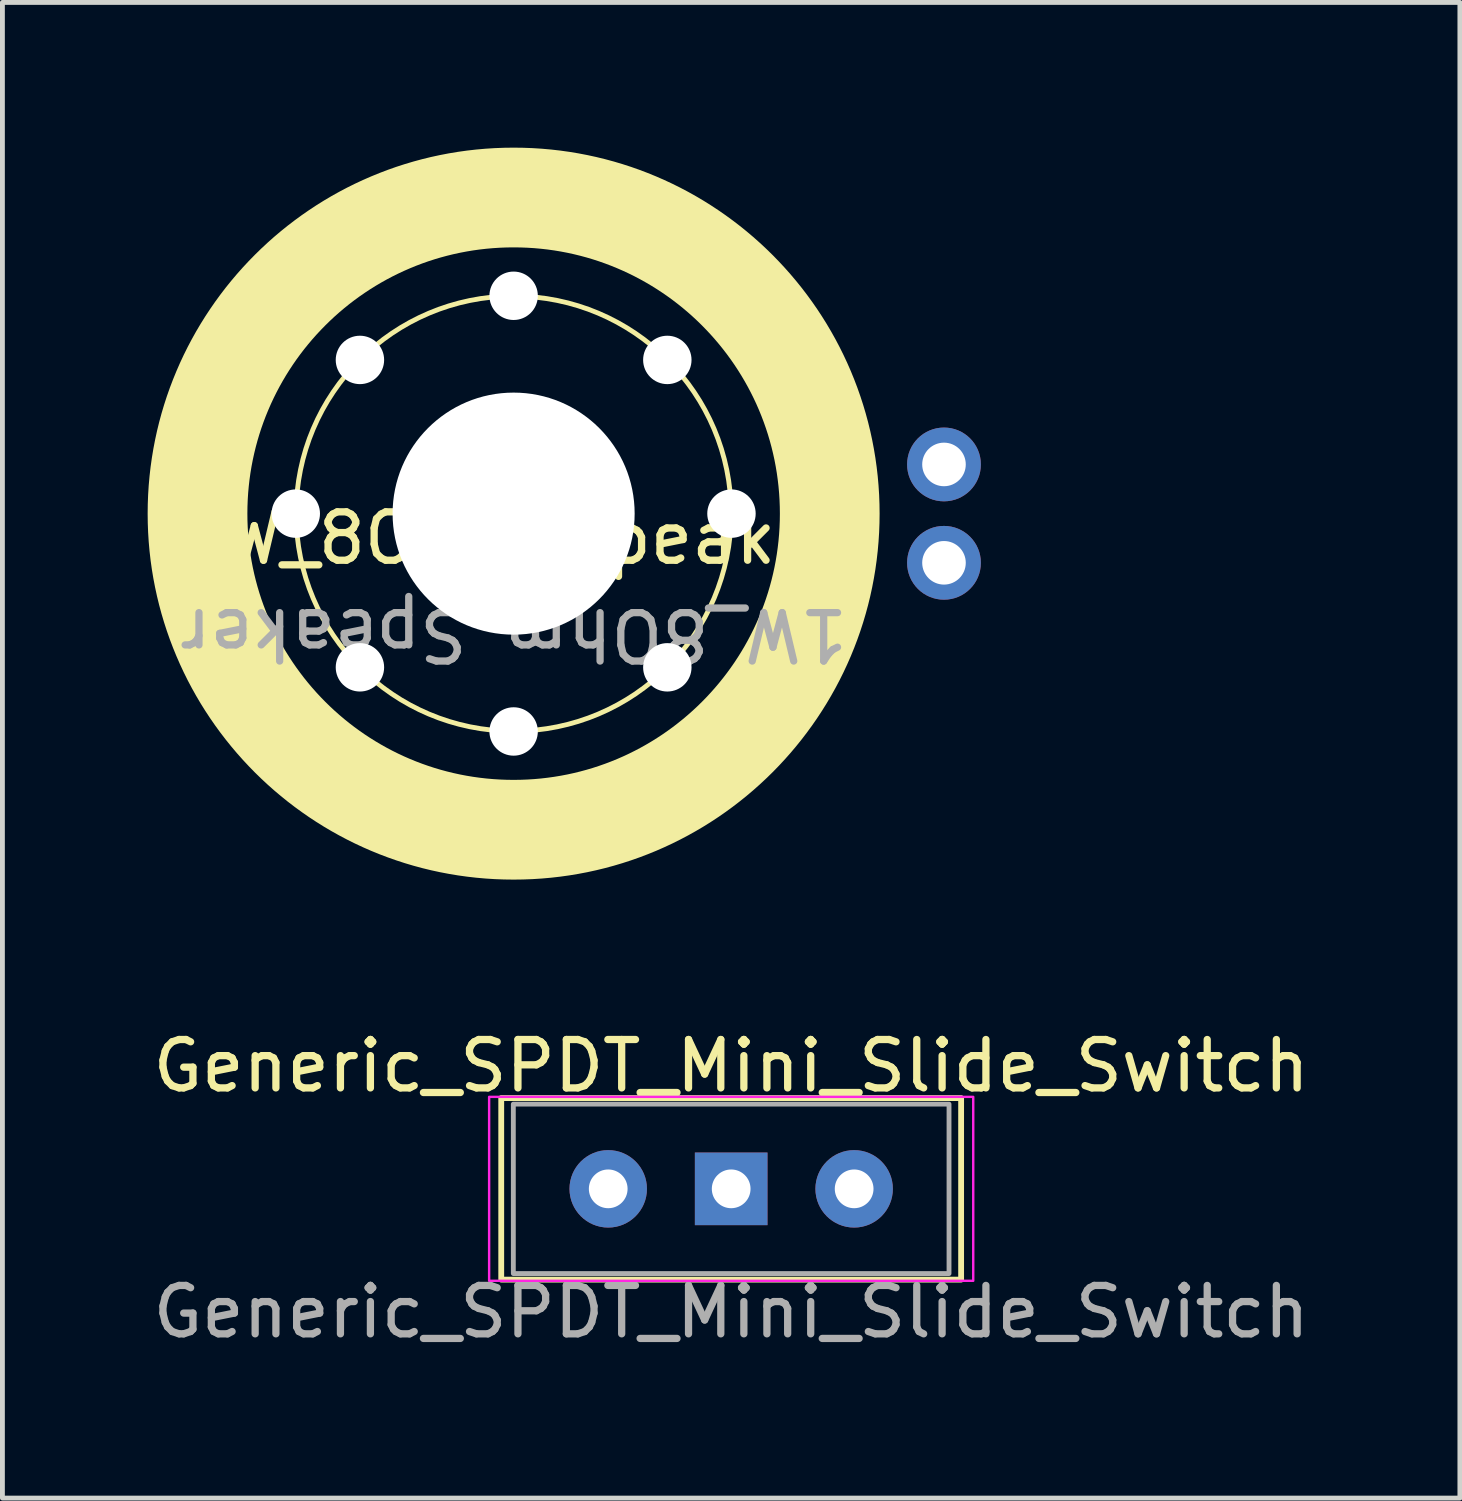
<source format=kicad_pcb>
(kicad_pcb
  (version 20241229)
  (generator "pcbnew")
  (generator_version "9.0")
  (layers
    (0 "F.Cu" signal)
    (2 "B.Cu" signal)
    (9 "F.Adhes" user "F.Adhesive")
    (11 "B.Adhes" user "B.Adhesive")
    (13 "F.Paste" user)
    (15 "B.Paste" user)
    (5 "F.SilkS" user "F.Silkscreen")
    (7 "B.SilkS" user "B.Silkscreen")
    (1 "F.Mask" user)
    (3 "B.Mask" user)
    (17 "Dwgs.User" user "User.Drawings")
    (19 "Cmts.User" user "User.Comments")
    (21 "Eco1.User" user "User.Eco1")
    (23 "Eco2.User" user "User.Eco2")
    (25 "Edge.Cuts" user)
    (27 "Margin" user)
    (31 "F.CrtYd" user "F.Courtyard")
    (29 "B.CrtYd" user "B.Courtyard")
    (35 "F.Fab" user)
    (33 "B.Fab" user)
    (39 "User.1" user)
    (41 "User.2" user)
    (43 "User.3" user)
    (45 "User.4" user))
  (footprint "1W_8Ohm_Speaker"
    (layer "F.Cu")
    (at 7.56 7.56)
    (property "Reference" "1W_8Ohm_Speaker" (at 0 0.508 0) (unlocked yes) (layer "F.SilkS") (effects (font (size 1 1) (thickness 0.15))))
    (attr through_hole)
    (fp_circle (center 0 0) (end -6.5 0) (stroke (width 2) (type solid)) (fill no) (layer "F.SilkS"))
    (fp_circle (center 0 0) (end 3.048 3.302) (stroke (width 0.1) (type default)) (fill no) (layer "F.SilkS"))
    (fp_circle (center 0 0) (end 7.5 0) (stroke (width 0.12) (type solid)) (fill no) (layer "F.SilkS"))
    (fp_text user "${REFERENCE}" (at 0 2.5 180) (unlocked yes) (layer "F.Fab") (effects (font (size 1 1) (thickness 0.15))))
    (pad "" np_thru_hole circle (at -4.5 0) (size 1 1) (drill 1) (layers "*.Cu" "*.Mask"))
    (pad "" np_thru_hole circle (at -3.175 -3.175) (size 1 1) (drill 1) (layers "*.Cu" "*.Mask"))
    (pad "" np_thru_hole circle (at -3.175 3.175 90) (size 1 1) (drill 1) (layers "*.Cu" "*.Mask"))
    (pad "" np_thru_hole circle (at 0 -4.5) (size 1 1) (drill 1) (layers "*.Cu" "*.Mask"))
    (pad "" np_thru_hole circle (at 0 0) (size 5 5) (drill 5) (layers "*.Cu" "*.Mask"))
    (pad "" np_thru_hole circle (at 0 4.5) (size 1 1) (drill 1) (layers "*.Cu" "*.Mask"))
    (pad "" np_thru_hole circle (at 3.175 -3.175) (size 1 1) (drill 1) (layers "*.Cu" "*.Mask"))
    (pad "" np_thru_hole circle (at 3.175 3.175 90) (size 1 1) (drill 1) (layers "*.Cu" "*.Mask"))
    (pad "" np_thru_hole circle (at 4.5 0) (size 1 1) (drill 1) (layers "*.Cu" "*.Mask"))
    (pad "1" thru_hole circle (at 8.89 -1.016 90) (size 1.524 1.524) (drill 0.9) (layers "*.Cu" "*.Mask"))
    (pad "2" thru_hole circle (at 8.89 1.016) (size 1.524 1.524) (drill 0.9) (layers "*.Cu" "*.Mask")))
  (footprint "Generic_SPDT_Mini_Slide_Switch"
    (layer "F.Cu")
    (at 12.054 21.508)
    (property "Reference" "Generic_SPDT_Mini_Slide_Switch" (at 0 -2.54 0) (layer "F.SilkS") (effects (font (size 1 1) (thickness 0.15))))
    (attr through_hole)
    (fp_rect (start -4.75 -1.875) (end 4.75 1.875) (stroke (width 0.12) (type default)) (fill no) (layer "F.SilkS"))
    (fp_rect (start -5 -1.9) (end 5 1.9) (stroke (width 0.05) (type default)) (fill no) (layer "F.CrtYd"))
    (fp_rect (start -4.5 -1.75) (end 4.5 1.75) (stroke (width 0.1) (type default)) (fill no) (layer "F.Fab"))
    (fp_text user "${REFERENCE}" (at 0 2.54 0) (layer "F.Fab") (effects (font (size 1 1) (thickness 0.15))))
    (pad "1" thru_hole rect (at 0 0) (size 1.5 1.5) (drill 0.8) (layers "*.Cu" "*.Mask"))
    (pad "2" thru_hole circle (at -2.54 0) (size 1.6 1.6) (drill 0.8) (layers "*.Cu" "*.Mask"))
    (pad "3" thru_hole circle (at 2.54 0) (size 1.6 1.6) (drill 0.8) (layers "*.Cu" "*.Mask")))
  (gr_rect
    (start -3 -3)
    (end 27.107 27.896)
    (stroke (width 0.1) (type default))
    (fill no)
    (layer "Edge.Cuts")))
</source>
